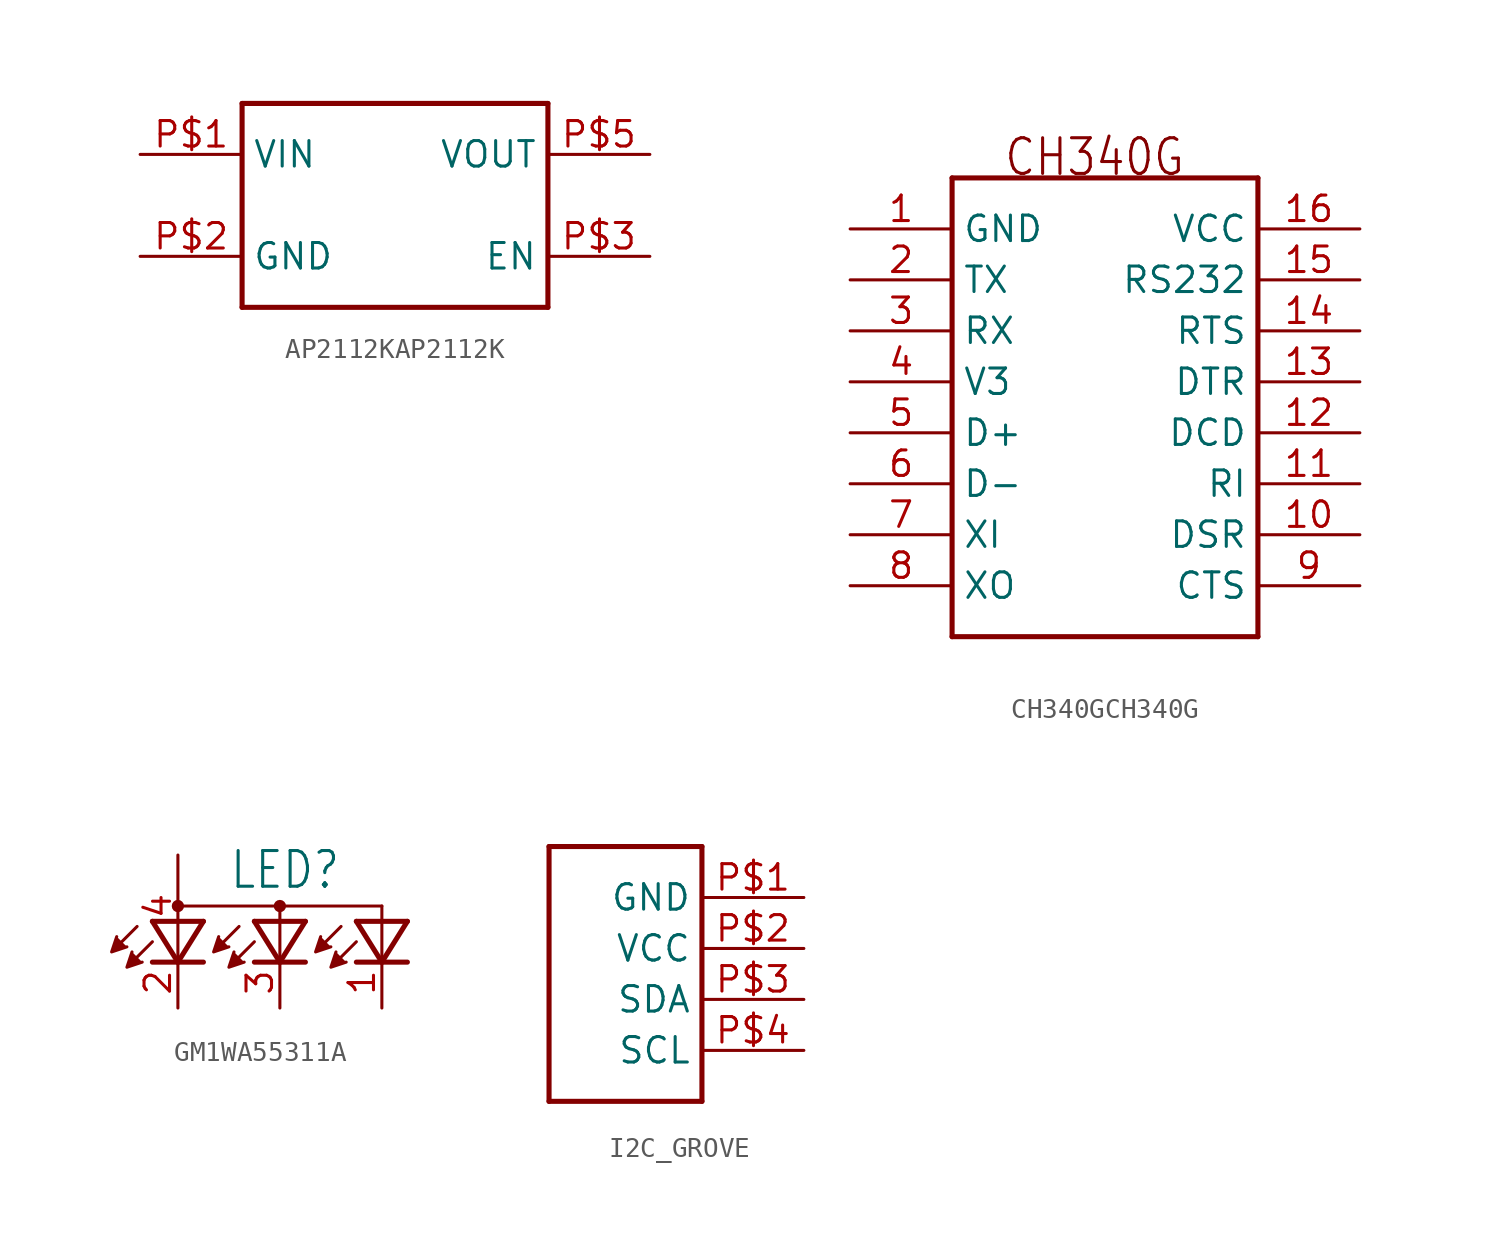
<source format=kicad_sym>
(kicad_symbol_lib
  (version 20231120)
  (generator "kicad_symbol_editor")
  (generator_version "8.0")
  (symbol "AP2112KAP2112K"
    (property "Reference" ""
      (at 0 0 0)
      (effects (font (size 1.27 1.27)) (hide yes)))
    (property "ki_locked" ""
      (at 0 0 0)
      (effects (font (size 1.27 1.27))))
    (symbol "AP2112KAP2112K_1_0"
      (polyline (pts (xy -7.62 -5.08) (xy -7.62 5.08)) (stroke (width 0.254) (type solid)) (fill (type none)))
      (polyline (pts (xy -7.62 5.08) (xy 7.62 5.08)) (stroke (width 0.254) (type solid)) (fill (type none)))
      (polyline (pts (xy 7.62 -5.08) (xy -7.62 -5.08)) (stroke (width 0.254) (type solid)) (fill (type none)))
      (polyline (pts (xy 7.62 5.08) (xy 7.62 -5.08)) (stroke (width 0.254) (type solid)) (fill (type none)))
      (pin bidirectional line (at -12.7 2.54 0) (length 5.08) (name "VIN" (effects (font (size 1.27 1.27)))) (number "P$1" (effects (font (size 1.27 1.27)))))
      (pin bidirectional line (at -12.7 -2.54 0) (length 5.08) (name "GND" (effects (font (size 1.27 1.27)))) (number "P$2" (effects (font (size 1.27 1.27)))))
      (pin bidirectional line (at 12.7 -2.54 180) (length 5.08) (name "EN" (effects (font (size 1.27 1.27)))) (number "P$3" (effects (font (size 1.27 1.27)))))
      (pin bidirectional line (at 12.7 2.54 180) (length 5.08) (name "VOUT" (effects (font (size 1.27 1.27)))) (number "P$5" (effects (font (size 1.27 1.27)))))))
  (symbol "CH340GCH340G"
    (property "Reference" ""
      (at 0 0 0)
      (effects (font (size 1.27 1.27)) (hide yes)))
    (property "ki_locked" ""
      (at 0 0 0)
      (effects (font (size 1.27 1.27))))
    (symbol "CH340GCH340G_1_0"
      (polyline (pts (xy -7.62 -10.16) (xy -7.62 12.7)) (stroke (width 0.254) (type solid)) (fill (type none)))
      (polyline (pts (xy -7.62 12.7) (xy 7.62 12.7)) (stroke (width 0.254) (type solid)) (fill (type none)))
      (polyline (pts (xy 7.62 -10.16) (xy -7.62 -10.16)) (stroke (width 0.254) (type solid)) (fill (type none)))
      (polyline (pts (xy 7.62 12.7) (xy 7.62 -10.16)) (stroke (width 0.254) (type solid)) (fill (type none)))
      (text "CH340G" (at -5.08 12.7 0) (effects (font (size 1.778 1.511)) (justify left bottom)))
      (pin bidirectional line (at -12.7 10.16 0) (length 5.08) (name "GND" (effects (font (size 1.27 1.27)))) (number "1" (effects (font (size 1.27 1.27)))))
      (pin bidirectional line (at 12.7 -5.08 180) (length 5.08) (name "DSR" (effects (font (size 1.27 1.27)))) (number "10" (effects (font (size 1.27 1.27)))))
      (pin bidirectional line (at 12.7 -2.54 180) (length 5.08) (name "RI" (effects (font (size 1.27 1.27)))) (number "11" (effects (font (size 1.27 1.27)))))
      (pin bidirectional line (at 12.7 0 180) (length 5.08) (name "DCD" (effects (font (size 1.27 1.27)))) (number "12" (effects (font (size 1.27 1.27)))))
      (pin bidirectional line (at 12.7 2.54 180) (length 5.08) (name "DTR" (effects (font (size 1.27 1.27)))) (number "13" (effects (font (size 1.27 1.27)))))
      (pin bidirectional line (at 12.7 5.08 180) (length 5.08) (name "RTS" (effects (font (size 1.27 1.27)))) (number "14" (effects (font (size 1.27 1.27)))))
      (pin bidirectional line (at 12.7 7.62 180) (length 5.08) (name "RS232" (effects (font (size 1.27 1.27)))) (number "15" (effects (font (size 1.27 1.27)))))
      (pin bidirectional line (at 12.7 10.16 180) (length 5.08) (name "VCC" (effects (font (size 1.27 1.27)))) (number "16" (effects (font (size 1.27 1.27)))))
      (pin bidirectional line (at -12.7 7.62 0) (length 5.08) (name "TX" (effects (font (size 1.27 1.27)))) (number "2" (effects (font (size 1.27 1.27)))))
      (pin bidirectional line (at -12.7 5.08 0) (length 5.08) (name "RX" (effects (font (size 1.27 1.27)))) (number "3" (effects (font (size 1.27 1.27)))))
      (pin bidirectional line (at -12.7 2.54 0) (length 5.08) (name "V3" (effects (font (size 1.27 1.27)))) (number "4" (effects (font (size 1.27 1.27)))))
      (pin bidirectional line (at -12.7 0 0) (length 5.08) (name "D+" (effects (font (size 1.27 1.27)))) (number "5" (effects (font (size 1.27 1.27)))))
      (pin bidirectional line (at -12.7 -2.54 0) (length 5.08) (name "D-" (effects (font (size 1.27 1.27)))) (number "6" (effects (font (size 1.27 1.27)))))
      (pin bidirectional line (at -12.7 -5.08 0) (length 5.08) (name "XI" (effects (font (size 1.27 1.27)))) (number "7" (effects (font (size 1.27 1.27)))))
      (pin bidirectional line (at -12.7 -7.62 0) (length 5.08) (name "XO" (effects (font (size 1.27 1.27)))) (number "8" (effects (font (size 1.27 1.27)))))
      (pin bidirectional line (at 12.7 -7.62 180) (length 5.08) (name "CTS" (effects (font (size 1.27 1.27)))) (number "9" (effects (font (size 1.27 1.27)))))))
  (symbol "GM1WA55311A"
    (property "Reference" "LED"
      (at -2.54 0.762 0)
      (effects (font (size 1.778 1.511)) (justify left bottom)))
    (property "Value" ""
      (at -2.54 2.921 0)
      (effects (font (size 1.778 1.511)) (justify left bottom)))
    (property "ki_locked" ""
      (at 0 0 0)
      (effects (font (size 1.27 1.27))))
    (symbol "GM1WA55311A_1_0"
      (circle (center -5.08 0) (radius 0.18) (stroke (width 0.254) (type solid)) (fill (type none)))
      (polyline (pts (xy -7.112 -1.016) (xy -8.001 -1.905)) (stroke (width 0.152) (type solid)) (fill (type none)))
      (polyline (pts (xy -6.35 -1.778) (xy -7.239 -2.667)) (stroke (width 0.152) (type solid)) (fill (type none)))
      (polyline (pts (xy -5.08 -2.794) (xy -6.35 -2.794)) (stroke (width 0.254) (type solid)) (fill (type none)))
      (polyline (pts (xy -5.08 -2.794) (xy -6.35 -0.762)) (stroke (width 0.254) (type solid)) (fill (type none)))
      (polyline (pts (xy -5.08 0) (xy 0 0)) (stroke (width 0.152) (type solid)) (fill (type none)))
      (polyline (pts (xy -3.81 -2.794) (xy -5.08 -2.794)) (stroke (width 0.254) (type solid)) (fill (type none)))
      (polyline (pts (xy -3.81 -0.762) (xy -6.35 -0.762)) (stroke (width 0.254) (type solid)) (fill (type none)))
      (polyline (pts (xy -3.81 -0.762) (xy -5.08 -2.794)) (stroke (width 0.254) (type solid)) (fill (type none)))
      (polyline (pts (xy -2.032 -1.016) (xy -2.921 -1.905)) (stroke (width 0.152) (type solid)) (fill (type none)))
      (polyline (pts (xy -1.27 -1.778) (xy -2.159 -2.667)) (stroke (width 0.152) (type solid)) (fill (type none)))
      (polyline (pts (xy 0 -2.794) (xy -1.27 -2.794)) (stroke (width 0.254) (type solid)) (fill (type none)))
      (polyline (pts (xy 0 -2.794) (xy -1.27 -0.762)) (stroke (width 0.254) (type solid)) (fill (type none)))
      (polyline (pts (xy 0 0) (xy 0 -2.54)) (stroke (width 0.152) (type solid)) (fill (type none)))
      (polyline (pts (xy 0 0) (xy 5.08 0)) (stroke (width 0.152) (type solid)) (fill (type none)))
      (polyline (pts (xy 1.27 -2.794) (xy 0 -2.794)) (stroke (width 0.254) (type solid)) (fill (type none)))
      (polyline (pts (xy 1.27 -0.762) (xy -1.27 -0.762)) (stroke (width 0.254) (type solid)) (fill (type none)))
      (polyline (pts (xy 1.27 -0.762) (xy 0 -2.794)) (stroke (width 0.254) (type solid)) (fill (type none)))
      (polyline (pts (xy 3.048 -1.016) (xy 2.159 -1.905)) (stroke (width 0.152) (type solid)) (fill (type none)))
      (polyline (pts (xy 3.81 -1.778) (xy 2.921 -2.667)) (stroke (width 0.152) (type solid)) (fill (type none)))
      (polyline (pts (xy 5.08 -2.794) (xy 3.81 -2.794)) (stroke (width 0.254) (type solid)) (fill (type none)))
      (polyline (pts (xy 5.08 -2.794) (xy 3.81 -0.762)) (stroke (width 0.254) (type solid)) (fill (type none)))
      (polyline (pts (xy 5.08 0) (xy 5.08 -2.54)) (stroke (width 0.152) (type solid)) (fill (type none)))
      (polyline (pts (xy 6.35 -2.794) (xy 5.08 -2.794)) (stroke (width 0.254) (type solid)) (fill (type none)))
      (polyline (pts (xy 6.35 -0.762) (xy 3.81 -0.762)) (stroke (width 0.254) (type solid)) (fill (type none)))
      (polyline (pts (xy 6.35 -0.762) (xy 5.08 -2.794)) (stroke (width 0.254) (type solid)) (fill (type none)))
      (polyline (pts (xy -8.128 -1.524) (xy -8.382 -2.286) (xy -7.62 -2.032)) (stroke (width 0.152) (type solid)) (fill (type outline)))
      (polyline (pts (xy -7.366 -2.286) (xy -7.62 -3.048) (xy -6.858 -2.794)) (stroke (width 0.152) (type solid)) (fill (type outline)))
      (polyline (pts (xy -3.048 -1.524) (xy -3.302 -2.286) (xy -2.54 -2.032)) (stroke (width 0.152) (type solid)) (fill (type outline)))
      (polyline (pts (xy -2.286 -2.286) (xy -2.54 -3.048) (xy -1.778 -2.794)) (stroke (width 0.152) (type solid)) (fill (type outline)))
      (polyline (pts (xy 2.032 -1.524) (xy 1.778 -2.286) (xy 2.54 -2.032)) (stroke (width 0.152) (type solid)) (fill (type outline)))
      (polyline (pts (xy 2.794 -2.286) (xy 2.54 -3.048) (xy 3.302 -2.794)) (stroke (width 0.152) (type solid)) (fill (type outline)))
      (circle (center 0 0) (radius 0.18) (stroke (width 0.254) (type solid)) (fill (type none)))
      (pin passive line (at 5.08 -5.08 90) (length 2.54) (name "CGREEN" (effects (font (size 0 0)))) (number "1" (effects (font (size 1.27 1.27)))))
      (pin passive line (at -5.08 -5.08 90) (length 2.54) (name "CRED" (effects (font (size 0 0)))) (number "2" (effects (font (size 1.27 1.27)))))
      (pin passive line (at 0 -5.08 90) (length 2.54) (name "CBLUE" (effects (font (size 0 0)))) (number "3" (effects (font (size 1.27 1.27)))))
      (pin passive line (at -5.08 2.54 270) (length 5.08) (name "A" (effects (font (size 0 0)))) (number "4" (effects (font (size 1.27 1.27)))))))
  (symbol "I2C_GROVE"
    (property "Reference" ""
      (at 0 0 0)
      (effects (font (size 1.27 1.27)) (hide yes)))
    (property "ki_locked" ""
      (at 0 0 0)
      (effects (font (size 1.27 1.27))))
    (symbol "I2C_GROVE_1_0"
      (polyline (pts (xy -5.08 -7.62) (xy 2.54 -7.62)) (stroke (width 0.254) (type solid)) (fill (type none)))
      (polyline (pts (xy -5.08 5.08) (xy -5.08 -7.62)) (stroke (width 0.254) (type solid)) (fill (type none)))
      (polyline (pts (xy 2.54 -7.62) (xy 2.54 5.08)) (stroke (width 0.254) (type solid)) (fill (type none)))
      (polyline (pts (xy 2.54 5.08) (xy -5.08 5.08)) (stroke (width 0.254) (type solid)) (fill (type none)))
      (pin bidirectional line (at 7.62 2.54 180) (length 5.08) (name "GND" (effects (font (size 1.27 1.27)))) (number "P$1" (effects (font (size 1.27 1.27)))))
      (pin bidirectional line (at 7.62 0 180) (length 5.08) (name "VCC" (effects (font (size 1.27 1.27)))) (number "P$2" (effects (font (size 1.27 1.27)))))
      (pin bidirectional line (at 7.62 -2.54 180) (length 5.08) (name "SDA" (effects (font (size 1.27 1.27)))) (number "P$3" (effects (font (size 1.27 1.27)))))
      (pin bidirectional line (at 7.62 -5.08 180) (length 5.08) (name "SCL" (effects (font (size 1.27 1.27)))) (number "P$4" (effects (font (size 1.27 1.27))))))))
</source>
